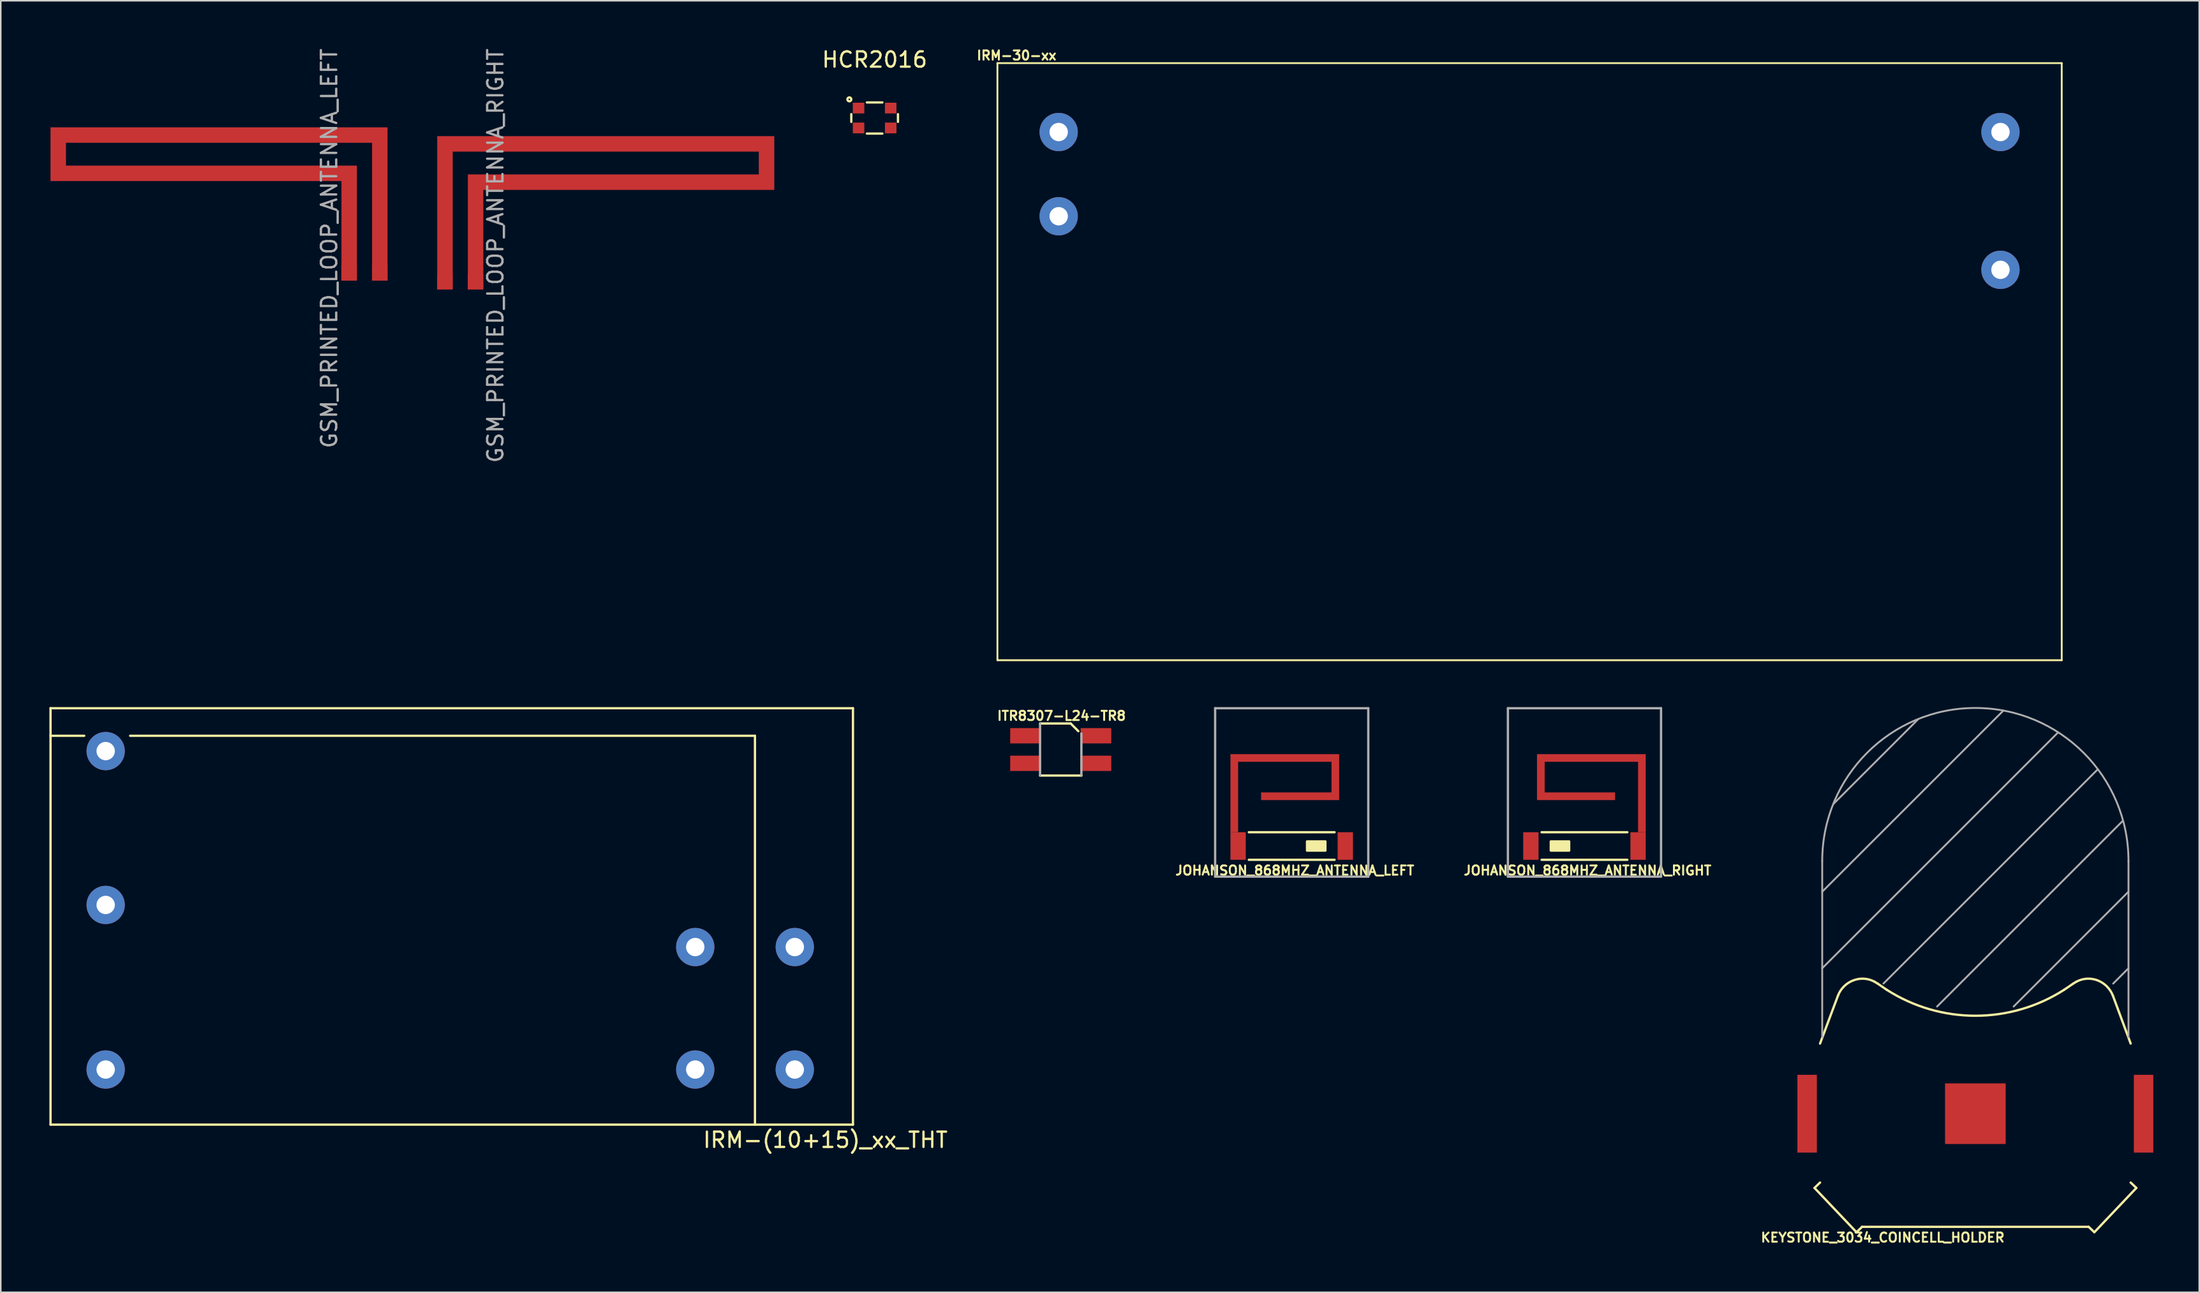
<source format=kicad_pcb>
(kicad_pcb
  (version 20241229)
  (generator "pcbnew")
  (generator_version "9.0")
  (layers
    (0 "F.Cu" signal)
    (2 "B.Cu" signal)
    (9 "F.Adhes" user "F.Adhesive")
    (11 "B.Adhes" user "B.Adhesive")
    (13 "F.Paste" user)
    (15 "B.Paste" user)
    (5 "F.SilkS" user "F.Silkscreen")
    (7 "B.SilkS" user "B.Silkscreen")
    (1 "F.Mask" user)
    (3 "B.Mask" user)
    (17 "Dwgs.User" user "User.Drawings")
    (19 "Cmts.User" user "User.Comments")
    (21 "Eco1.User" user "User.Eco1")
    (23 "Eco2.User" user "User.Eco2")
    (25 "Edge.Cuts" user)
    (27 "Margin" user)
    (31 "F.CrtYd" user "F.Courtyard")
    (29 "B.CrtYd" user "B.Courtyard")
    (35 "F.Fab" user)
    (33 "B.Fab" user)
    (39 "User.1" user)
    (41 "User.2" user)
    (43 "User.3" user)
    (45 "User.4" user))
  (footprint "GSM_PRINTED_LOOP_ANTENNA_LEFT"
    (layer "F.Cu")
    (at 0.25 15.273)
    (property "Reference" "GSM_PRINTED_LOOP_ANTENNA_LEFT" (at 18.2 -2.1 90) (layer "F.Fab") (effects (font (size 1 1) (thickness 0.15))))
    (attr through_hole)
    (fp_poly (pts (xy 22 0) (xy 22 -10) (xy 0 -10) (xy 0 -6.5) (xy 19 -6.5) (xy 19 0) (xy 20 0) (xy 20 -7.5) (xy 1 -7.5) (xy 1 -9) (xy 21 -9) (xy 21 0)) (stroke (width 0.01) (type solid)) (fill yes) (layer "F.Cu"))
    (pad "1" smd rect (at 21.5 -0.5) (size 1 1) (layers "F.Cu"))
    (pad "2" smd rect (at 19.5 -0.5) (size 1 1) (layers "F.Cu")))
  (footprint "GSM_PRINTED_LOOP_ANTENNA_RIGHT"
    (layer "F.Cu")
    (at 25.505 15.849)
    (property "Reference" "GSM_PRINTED_LOOP_ANTENNA_RIGHT" (at 3.8 -2.2 90) (layer "F.Fab") (effects (font (size 1 1) (thickness 0.15))))
    (attr through_hole)
    (fp_poly (pts (xy 0 0) (xy 0 -10) (xy 22 -10) (xy 22 -6.5) (xy 3 -6.5) (xy 3 0) (xy 2 0) (xy 2 -7.5) (xy 21 -7.5) (xy 21 -9) (xy 1 -9) (xy 1 0)) (stroke (width 0.01) (type solid)) (fill yes) (layer "F.Cu"))
    (pad "1" smd rect (at 0.5 -0.5) (size 1 1) (layers "F.Cu"))
    (pad "2" smd rect (at 2.5 -0.5) (size 1 1) (layers "F.Cu")))
  (footprint "JOHANSON_868MHZ_ANTENNA_RIGHT"
    (layer "F.Cu")
    (at 96.418 51.309)
    (property "Reference" "JOHANSON_868MHZ_ANTENNA_RIGHT" (at 4.2 2.5 0) (layer "F.SilkS") (effects (font (size 0.6 0.6) (thickness 0.127))))
    (attr through_hole)
    (fp_poly (pts (xy 8 0) (xy 8 -5.1) (xy 0.9 -5.1) (xy 0.9 -2.1) (xy 6 -2.1) (xy 6 -2.6) (xy 1.4 -2.6) (xy 1.4 -4.6) (xy 7.5 -4.6) (xy 7.5 0)) (stroke (width 0.001) (type solid)) (fill yes) (layer "F.Cu"))
    (fp_line (start 1.2 0) (end 6.8 0) (stroke (width 0.15) (type solid)) (layer "F.SilkS"))
    (fp_line (start 1.2 1.8) (end 6.8 1.8) (stroke (width 0.15) (type solid)) (layer "F.SilkS"))
    (fp_poly (pts (xy 1.8 0.6) (xy 1.8 1.2) (xy 3 1.2) (xy 3 0.6)) (stroke (width 0.15) (type solid)) (fill yes) (layer "F.SilkS"))
    (fp_line (start -1 -8.1) (end -1 2.9) (stroke (width 0.15) (type solid)) (layer "F.Fab"))
    (fp_line (start -1 2.9) (end 9 2.9) (stroke (width 0.15) (type solid)) (layer "F.Fab"))
    (fp_line (start 9 -8.1) (end -1 -8.1) (stroke (width 0.15) (type solid)) (layer "F.Fab"))
    (fp_line (start 9 2.9) (end 9 -8.1) (stroke (width 0.15) (type solid)) (layer "F.Fab"))
    (pad "" smd rect (at 7.5 0.9 90) (size 1.8 1) (layers "F.Cu" "F.Mask" "F.Paste"))
    (pad "1" smd rect (at 0.5 0.9 90) (size 1.8 1) (layers "F.Cu" "F.Mask" "F.Paste")))
  (footprint "ITR8307-L24-TR8"
    (layer "F.Cu")
    (at 66.217 45.908)
    (property "Reference" "ITR8307-L24-TR8" (at 0.05 -2.2 0) (layer "F.SilkS") (effects (font (size 0.6 0.6) (thickness 0.127))))
    (attr through_hole)
    (fp_line (start -1.35 1.7) (end 1.35 1.7) (stroke (width 0.15) (type solid)) (layer "F.SilkS"))
    (fp_line (start 0.65 -1.7) (end -1.35 -1.7) (stroke (width 0.15) (type solid)) (layer "F.SilkS"))
    (fp_line (start 0.65 -1.7) (end 1.15 -1.2) (stroke (width 0.15) (type solid)) (layer "F.SilkS"))
    (fp_line (start -1.35 -1.7) (end -1.35 1.7) (stroke (width 0.15) (type solid)) (layer "F.Fab"))
    (fp_line (start 1.35 1.7) (end 1.35 -1.05) (stroke (width 0.15) (type solid)) (layer "F.Fab"))
    (pad "1" smd rect (at -2.3 -0.9 90) (size 1 2) (layers "F.Cu" "F.Mask" "F.Paste"))
    (pad "2" smd rect (at 2.3 -0.9 90) (size 1 2) (layers "F.Cu" "F.Mask" "F.Paste"))
    (pad "3" smd rect (at -2.3 0.9 90) (size 1 2) (layers "F.Cu" "F.Mask" "F.Paste"))
    (pad "4" smd rect (at 2.3 0.9 90) (size 1 2) (layers "F.Cu" "F.Mask" "F.Paste")))
  (footprint "JOHANSON_868MHZ_ANTENNA_LEFT"
    (layer "F.Cu")
    (at 77.3 51.309)
    (property "Reference" "JOHANSON_868MHZ_ANTENNA_LEFT" (at 4.2 2.5 0) (layer "F.SilkS") (effects (font (size 0.6 0.6) (thickness 0.127))))
    (attr through_hole)
    (fp_poly (pts (xy 0 0) (xy 0 -5.1) (xy 7.1 -5.1) (xy 7.1 -2.1) (xy 2 -2.1) (xy 2 -2.6) (xy 6.6 -2.6) (xy 6.6 -4.6) (xy 0.5 -4.6) (xy 0.5 0)) (stroke (width 0.001) (type solid)) (fill yes) (layer "F.Cu"))
    (fp_line (start 1.2 0) (end 6.8 0) (stroke (width 0.15) (type solid)) (layer "F.SilkS"))
    (fp_line (start 1.2 1.8) (end 6.8 1.8) (stroke (width 0.15) (type solid)) (layer "F.SilkS"))
    (fp_poly (pts (xy 5 0.6) (xy 5 1.2) (xy 6.2 1.2) (xy 6.2 0.6)) (stroke (width 0.15) (type solid)) (fill yes) (layer "F.SilkS"))
    (fp_line (start -1 -8.1) (end -1 2.9) (stroke (width 0.15) (type solid)) (layer "F.Fab"))
    (fp_line (start -1 2.9) (end 9 2.9) (stroke (width 0.15) (type solid)) (layer "F.Fab"))
    (fp_line (start 9 -8.1) (end -1 -8.1) (stroke (width 0.15) (type solid)) (layer "F.Fab"))
    (fp_line (start 9 2.9) (end 9 -8.1) (stroke (width 0.15) (type solid)) (layer "F.Fab"))
    (pad "" smd rect (at 0.5 0.9 90) (size 1.8 1) (layers "F.Cu" "F.Mask" "F.Paste"))
    (pad "1" smd rect (at 7.5 0.9 90) (size 1.8 1) (layers "F.Cu" "F.Mask" "F.Paste")))
  (footprint "HCR2016"
    (layer "F.Cu")
    (at 54.064 4.658)
    (property "Reference" "HCR2016" (at 0 -3.81 0) (layer "F.SilkS") (effects (font (size 1 1) (thickness 0.15))))
    (attr through_hole)
    (fp_line (start -1.524 -0.254) (end -1.524 0.254) (stroke (width 0.15) (type solid)) (layer "F.SilkS"))
    (fp_line (start -0.508 -1.016) (end 0.508 -1.016) (stroke (width 0.15) (type solid)) (layer "F.SilkS"))
    (fp_line (start -0.508 1.016) (end 0.508 1.016) (stroke (width 0.15) (type solid)) (layer "F.SilkS"))
    (fp_line (start 1.524 -0.254) (end 1.524 0.254) (stroke (width 0.15) (type solid)) (layer "F.SilkS"))
    (fp_circle (center -1.651 -1.219) (end -1.549 -1.143) (stroke (width 0.15) (type solid)) (fill no) (layer "F.SilkS"))
    (pad "1" smd rect (at -1.05 -0.65) (size 0.75 0.7) (layers "F.Cu" "F.Mask" "F.Paste"))
    (pad "2" smd rect (at 1.05 0.65) (size 0.75 0.7) (layers "F.Cu" "F.Mask" "F.Paste"))
    (pad "NC" smd rect (at -1.05 0.65) (size 0.75 0.7) (layers "F.Cu" "F.Mask" "F.Paste"))
    (pad "NC" smd rect (at 1.05 -0.65) (size 0.75 0.7) (layers "F.Cu" "F.Mask" "F.Paste")))
  (footprint "KEYSTONE_3034_COINCELL_HOLDER"
    (layer "F.Cu")
    (at 125.943 69.694)
    (property "Reference" "KEYSTONE_3034_COINCELL_HOLDER" (at -6.05 8.09 0) (layer "F.SilkS") (effects (font (size 0.6 0.6) (thickness 0.127))))
    (attr through_hole)
    (fp_line (start -10.504 4.849) (end -7.761 7.741) (stroke (width 0.15) (type solid)) (layer "F.SilkS"))
    (fp_line (start -10.142 4.498) (end -10.504 4.849) (stroke (width 0.15) (type solid)) (layer "F.SilkS"))
    (fp_line (start -8.973 -7.706) (end -10.142 -4.581) (stroke (width 0.15) (type solid)) (layer "F.SilkS"))
    (fp_line (start -7.761 7.741) (end -7.399 7.39) (stroke (width 0.15) (type solid)) (layer "F.SilkS"))
    (fp_line (start -7.399 7.39) (end 7.399 7.39) (stroke (width 0.15) (type solid)) (layer "F.SilkS"))
    (fp_line (start -6.357 -8.482) (end -6.581 -8.62) (stroke (width 0.15) (type solid)) (layer "F.SilkS"))
    (fp_line (start -6.357 -8.482) (end -5.794 -8.099) (stroke (width 0.15) (type solid)) (layer "F.SilkS"))
    (fp_line (start 5.805 -8.099) (end 6.368 -8.482) (stroke (width 0.15) (type solid)) (layer "F.SilkS"))
    (fp_line (start 6.591 -8.62) (end 6.368 -8.482) (stroke (width 0.15) (type solid)) (layer "F.SilkS"))
    (fp_line (start 7.399 7.39) (end 7.771 7.741) (stroke (width 0.15) (type solid)) (layer "F.SilkS"))
    (fp_line (start 7.771 7.741) (end 10.514 4.849) (stroke (width 0.15) (type solid)) (layer "F.SilkS"))
    (fp_line (start 10.142 4.498) (end 10.514 4.849) (stroke (width 0.15) (type solid)) (layer "F.SilkS"))
    (fp_line (start 10.142 -4.581) (end 8.983 -7.706) (stroke (width 0.15) (type solid)) (layer "F.SilkS"))
    (fp_curve (pts (xy -6.581 -8.62) (xy -7.483 -9.11) (xy -8.614 -8.659) (xy -8.973 -7.706)) (stroke (width 0.15) (type solid)) (layer "F.SilkS"))
    (fp_curve (pts (xy -5.794 -8.099) (xy -2.265 -5.829) (xy 2.275 -5.832) (xy 5.805 -8.099)) (stroke (width 0.15) (type solid)) (layer "F.SilkS"))
    (fp_curve (pts (xy 8.983 -7.706) (xy 8.608 -8.663) (xy 7.505 -9.109) (xy 6.591 -8.62)) (stroke (width 0.15) (type solid)) (layer "F.SilkS"))
    (fp_line (start -10 -16.5) (end -10 -5) (stroke (width 0.12) (type solid)) (layer "F.Fab"))
    (fp_line (start -3.725 -25.775) (end -9.275 -20.225) (stroke (width 0.12) (type solid)) (layer "F.Fab"))
    (fp_line (start 1.825 -26.325) (end -10 -14.5) (stroke (width 0.12) (type solid)) (layer "F.Fab"))
    (fp_line (start 5.4 -24.9) (end -10 -9.5) (stroke (width 0.12) (type solid)) (layer "F.Fab"))
    (fp_line (start 7.975 -22.475) (end -6 -8.5) (stroke (width 0.12) (type solid)) (layer "F.Fab"))
    (fp_line (start 9.625 -19.125) (end -2.5 -7) (stroke (width 0.12) (type solid)) (layer "F.Fab"))
    (fp_line (start 10 -16.5) (end 10 -5) (stroke (width 0.12) (type solid)) (layer "F.Fab"))
    (fp_line (start 10 -14.5) (end 2.5 -7) (stroke (width 0.12) (type solid)) (layer "F.Fab"))
    (fp_line (start 10 -9.5) (end 9 -8.5) (stroke (width 0.12) (type solid)) (layer "F.Fab"))
    (fp_arc (start -10 -16.5) (mid 0 -26.5) (end 10 -16.5) (stroke (width 0.12) (type solid)) (layer "F.Fab"))
    (pad "1" smd rect (at -10.985 0) (size 1.27 5.08) (layers "F.Cu" "F.Mask" "F.Paste"))
    (pad "1" smd rect (at 10.985 0) (size 1.27 5.08) (layers "F.Cu" "F.Mask" "F.Paste"))
    (pad "2" smd rect (at 0 0) (size 3.96 3.96) (layers "F.Cu" "F.Mask" "F.Paste")))
  (footprint "IRM-30-xx"
    (layer "F.Cu")
    (at 96.833 20.574)
    (property "Reference" "IRM-30-xx" (at -33.5 -20 0) (layer "F.SilkS") (effects (font (size 0.6 0.6) (thickness 0.127))))
    (attr through_hole)
    (fp_line (start -34.75 -19.5) (end -34.75 19.5) (stroke (width 0.12) (type solid)) (layer "F.SilkS"))
    (fp_line (start -34.75 19.5) (end 34.75 19.5) (stroke (width 0.12) (type solid)) (layer "F.SilkS"))
    (fp_line (start 34.75 -19.5) (end -34.75 -19.5) (stroke (width 0.12) (type solid)) (layer "F.SilkS"))
    (fp_line (start 34.75 19.5) (end 34.75 -19.5) (stroke (width 0.12) (type solid)) (layer "F.SilkS"))
    (pad "1" thru_hole circle (at -30.75 -15) (size 2.5 2.5) (drill 1.2) (layers "*.Cu" "*.Mask"))
    (pad "2" thru_hole circle (at -30.75 -9.5) (size 2.5 2.5) (drill 1.2) (layers "*.Cu" "*.Mask"))
    (pad "3" thru_hole circle (at 30.75 -15) (size 2.5 2.5) (drill 1.2) (layers "*.Cu" "*.Mask"))
    (pad "4" thru_hole circle (at 30.75 -6) (size 2.5 2.5) (drill 1.2) (layers "*.Cu" "*.Mask")))
  (footprint "IRM-(10+15)_xx_THT"
    (layer "F.Cu")
    (at 0.25 70.409)
    (property "Reference" "IRM-(10+15)_xx_THT" (at 50.6 1 0) (layer "F.SilkS") (effects (font (size 1 1) (thickness 0.15))))
    (attr through_hole)
    (fp_line (start 0 -27.2) (end 0 0) (stroke (width 0.15) (type solid)) (layer "F.SilkS"))
    (fp_line (start 0 0) (end 52.4 0) (stroke (width 0.15) (type solid)) (layer "F.SilkS"))
    (fp_line (start 2.2 -25.4) (end 0 -25.4) (stroke (width 0.15) (type solid)) (layer "F.SilkS"))
    (fp_line (start 46 -25.4) (end 5.2 -25.4) (stroke (width 0.15) (type solid)) (layer "F.SilkS"))
    (fp_line (start 46 0) (end 46 -25.4) (stroke (width 0.15) (type solid)) (layer "F.SilkS"))
    (fp_line (start 52.4 -27.2) (end 0 -27.2) (stroke (width 0.15) (type solid)) (layer "F.SilkS"))
    (fp_line (start 52.4 0) (end 52.4 -27.2) (stroke (width 0.15) (type solid)) (layer "F.SilkS"))
    (pad "1" thru_hole circle (at 3.6 -3.6) (size 2.5 2.5) (drill 1.2) (layers "*.Cu" "*.Mask"))
    (pad "2" thru_hole circle (at 3.6 -24.4) (size 2.5 2.5) (drill 1.2) (layers "*.Cu" "*.Mask"))
    (pad "2" thru_hole circle (at 3.6 -14.35) (size 2.5 2.5) (drill 1.2) (layers "*.Cu" "*.Mask"))
    (pad "3" thru_hole circle (at 42.1 -3.6) (size 2.5 2.5) (drill 1.2) (layers "*.Cu" "*.Mask"))
    (pad "3" thru_hole circle (at 48.6 -3.6) (size 2.5 2.5) (drill 1.2) (layers "*.Cu" "*.Mask"))
    (pad "4" thru_hole circle (at 42.1 -11.6) (size 2.5 2.5) (drill 1.2) (layers "*.Cu" "*.Mask"))
    (pad "4" thru_hole circle (at 48.6 -11.6) (size 2.5 2.5) (drill 1.2) (layers "*.Cu" "*.Mask")))
  (gr_rect
    (start -3 -3)
    (end 140.563 81.358)
    (stroke (width 0.1) (type default))
    (fill no)
    (layer "Edge.Cuts")))
</source>
